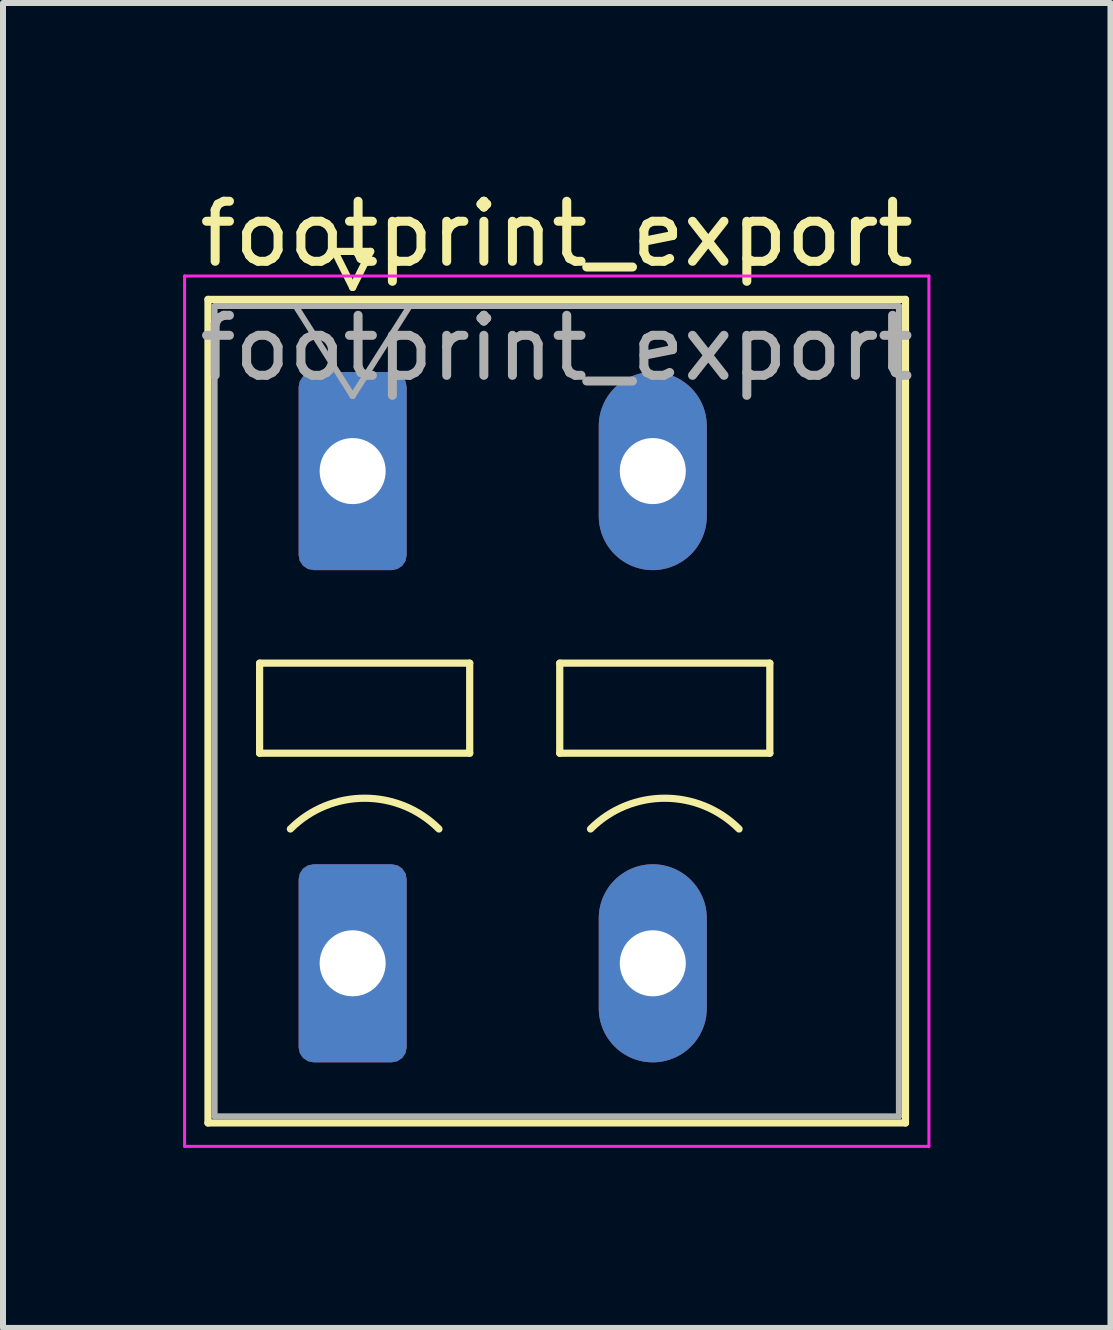
<source format=kicad_pcb>
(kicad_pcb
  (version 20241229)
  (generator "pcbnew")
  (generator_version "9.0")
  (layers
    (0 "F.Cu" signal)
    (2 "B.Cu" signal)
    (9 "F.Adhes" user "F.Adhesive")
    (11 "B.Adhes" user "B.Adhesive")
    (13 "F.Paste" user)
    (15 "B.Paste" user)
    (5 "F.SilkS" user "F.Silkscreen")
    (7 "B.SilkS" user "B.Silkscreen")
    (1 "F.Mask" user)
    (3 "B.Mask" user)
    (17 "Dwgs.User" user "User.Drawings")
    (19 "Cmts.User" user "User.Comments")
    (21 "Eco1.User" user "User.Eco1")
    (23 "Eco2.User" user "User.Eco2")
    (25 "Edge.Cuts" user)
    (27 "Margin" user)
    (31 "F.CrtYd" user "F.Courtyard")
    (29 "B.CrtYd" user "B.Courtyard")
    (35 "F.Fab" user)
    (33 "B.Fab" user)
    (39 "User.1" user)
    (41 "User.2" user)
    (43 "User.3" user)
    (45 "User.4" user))
  (footprint "footprint_export"
    (layer "F.Cu")
    (at 2.825 4.798)
    (property "Reference" "footprint_export" (at 3.4 -3.95 0) (layer "F.SilkS") (effects (font (size 1 1) (thickness 0.15))))
    (attr through_hole)
    (fp_line (start -2.41 -2.86) (end 9.21 -2.86) (stroke (width 0.12) (type solid)) (layer "F.SilkS"))
    (fp_line (start -2.41 10.86) (end -2.41 -2.86) (stroke (width 0.12) (type solid)) (layer "F.SilkS"))
    (fp_line (start -1.55 3.2) (end -1.55 4.7) (stroke (width 0.12) (type solid)) (layer "F.SilkS"))
    (fp_line (start -1.55 4.7) (end 1.95 4.7) (stroke (width 0.12) (type solid)) (layer "F.SilkS"))
    (fp_line (start -0.3 -3.66) (end 0 -3.06) (stroke (width 0.12) (type solid)) (layer "F.SilkS"))
    (fp_line (start -0.3 -3.66) (end 0.3 -3.66) (stroke (width 0.12) (type solid)) (layer "F.SilkS"))
    (fp_line (start 0.3 -3.66) (end 0 -3.06) (stroke (width 0.12) (type solid)) (layer "F.SilkS"))
    (fp_line (start 1.95 3.2) (end -1.55 3.2) (stroke (width 0.12) (type solid)) (layer "F.SilkS"))
    (fp_line (start 1.95 4.7) (end 1.95 3.2) (stroke (width 0.12) (type solid)) (layer "F.SilkS"))
    (fp_line (start 3.45 3.2) (end 3.45 4.7) (stroke (width 0.12) (type solid)) (layer "F.SilkS"))
    (fp_line (start 3.45 4.7) (end 6.95 4.7) (stroke (width 0.12) (type solid)) (layer "F.SilkS"))
    (fp_line (start 6.95 3.2) (end 3.45 3.2) (stroke (width 0.12) (type solid)) (layer "F.SilkS"))
    (fp_line (start 6.95 4.7) (end 6.95 3.2) (stroke (width 0.12) (type solid)) (layer "F.SilkS"))
    (fp_line (start 9.21 -2.86) (end 9.21 10.86) (stroke (width 0.12) (type solid)) (layer "F.SilkS"))
    (fp_line (start 9.21 10.86) (end -2.41 10.86) (stroke (width 0.12) (type solid)) (layer "F.SilkS"))
    (fp_arc (start -1.037437 5.962563) (mid 0.2 5.45) (end 1.437437 5.962563) (stroke (width 0.12) (type solid)) (layer "F.SilkS"))
    (fp_arc (start 3.962563 5.962563) (mid 5.2 5.45) (end 6.437437 5.962563) (stroke (width 0.12) (type solid)) (layer "F.SilkS"))
    (fp_line (start -2.8 -3.25) (end -2.8 11.25) (stroke (width 0.05) (type solid)) (layer "F.CrtYd"))
    (fp_line (start -2.8 11.25) (end 9.6 11.25) (stroke (width 0.05) (type solid)) (layer "F.CrtYd"))
    (fp_line (start 9.6 -3.25) (end -2.8 -3.25) (stroke (width 0.05) (type solid)) (layer "F.CrtYd"))
    (fp_line (start 9.6 11.25) (end 9.6 -3.25) (stroke (width 0.05) (type solid)) (layer "F.CrtYd"))
    (fp_line (start -2.3 -2.75) (end -2.3 10.75) (stroke (width 0.1) (type solid)) (layer "F.Fab"))
    (fp_line (start -2.3 10.75) (end 9.1 10.75) (stroke (width 0.1) (type solid)) (layer "F.Fab"))
    (fp_line (start -0.95 -2.75) (end 0 -1.25) (stroke (width 0.1) (type solid)) (layer "F.Fab"))
    (fp_line (start 0.95 -2.75) (end 0 -1.25) (stroke (width 0.1) (type solid)) (layer "F.Fab"))
    (fp_line (start 9.1 -2.75) (end -2.3 -2.75) (stroke (width 0.1) (type solid)) (layer "F.Fab"))
    (fp_line (start 9.1 10.75) (end 9.1 -2.75) (stroke (width 0.1) (type solid)) (layer "F.Fab"))
    (fp_text user "${REFERENCE}" (at 3.4 -2.05 0) (layer "F.Fab") (effects (font (size 1 1) (thickness 0.15))))
    (pad "1" thru_hole roundrect (at 0 0) (size 1.8 3.3) (drill 1.1) (layers "*.Cu" "*.Mask") (roundrect_rratio 0.139))
    (pad "1" thru_hole roundrect (at 0 8.2) (size 1.8 3.3) (drill 1.1) (layers "*.Cu" "*.Mask") (roundrect_rratio 0.139))
    (pad "2" thru_hole oval (at 5 0) (size 1.8 3.3) (drill 1.1) (layers "*.Cu" "*.Mask"))
    (pad "2" thru_hole oval (at 5 8.2) (size 1.8 3.3) (drill 1.1) (layers "*.Cu" "*.Mask")))
  (gr_rect
    (start -3 -3)
    (end 15.45 19.073)
    (stroke (width 0.1) (type default))
    (fill no)
    (layer "Edge.Cuts")))
</source>
